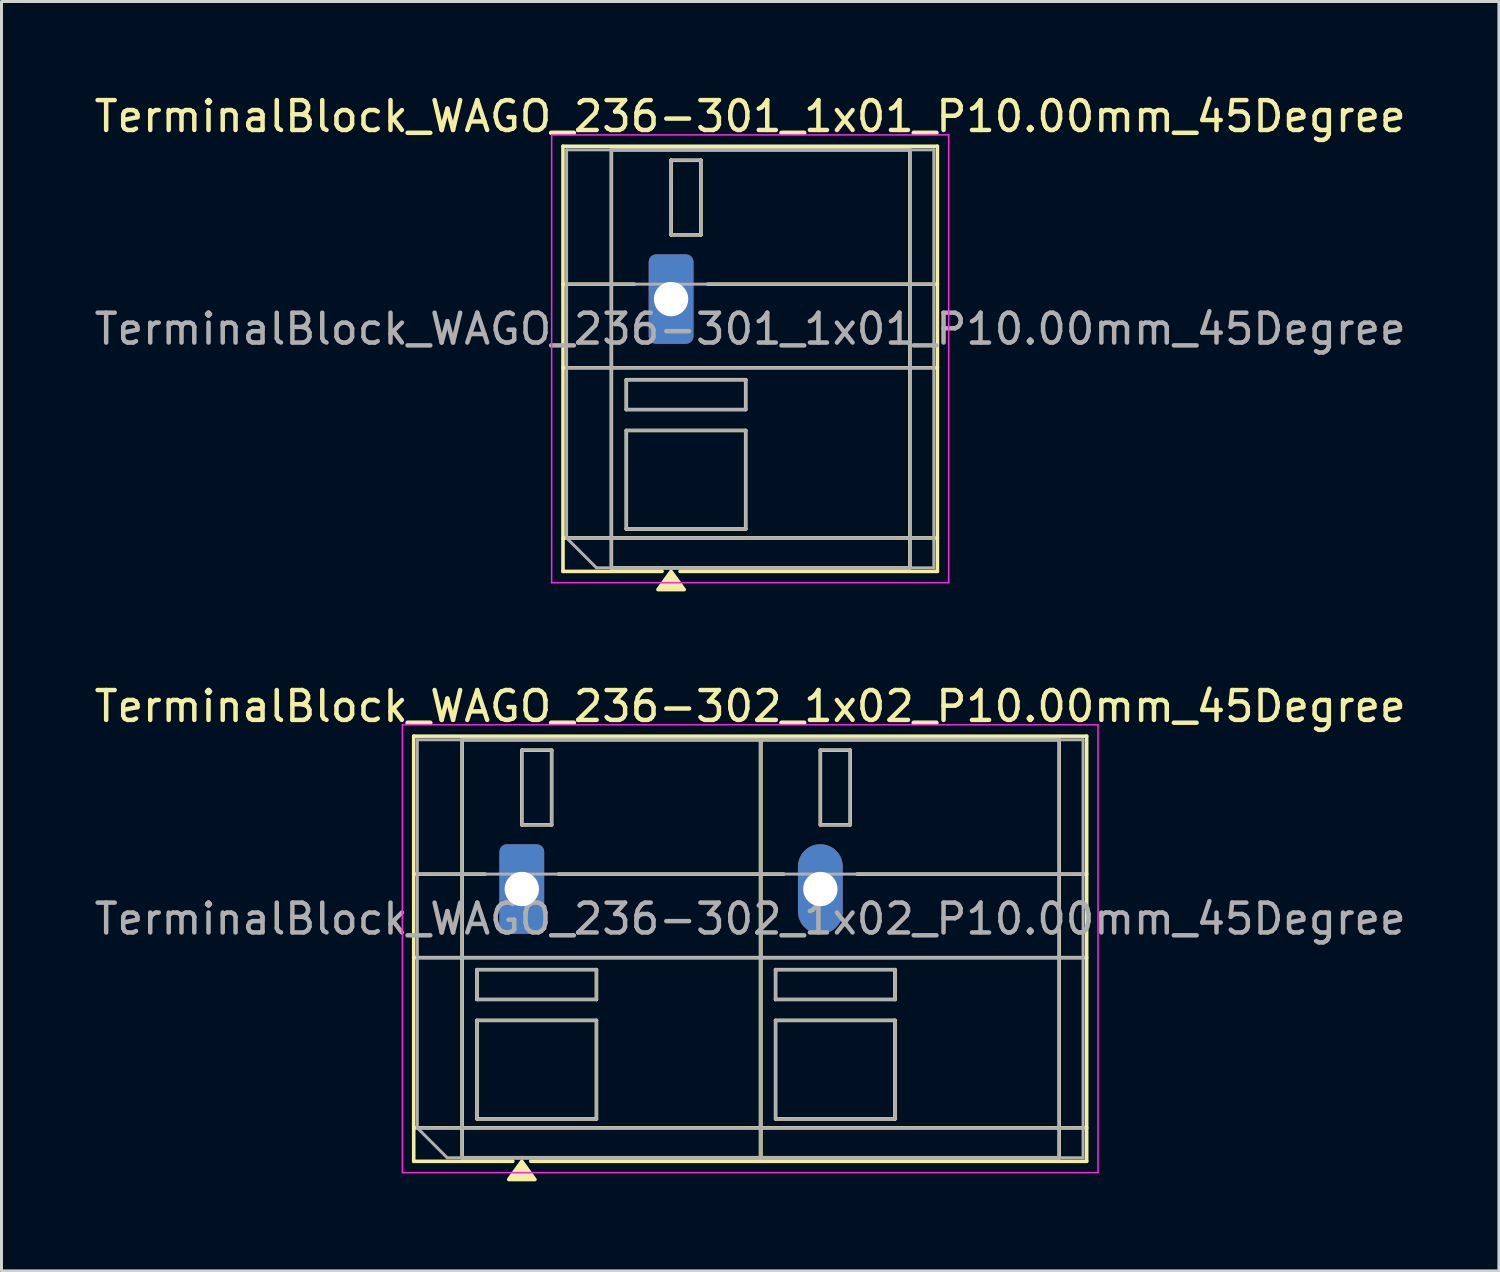
<source format=kicad_pcb>
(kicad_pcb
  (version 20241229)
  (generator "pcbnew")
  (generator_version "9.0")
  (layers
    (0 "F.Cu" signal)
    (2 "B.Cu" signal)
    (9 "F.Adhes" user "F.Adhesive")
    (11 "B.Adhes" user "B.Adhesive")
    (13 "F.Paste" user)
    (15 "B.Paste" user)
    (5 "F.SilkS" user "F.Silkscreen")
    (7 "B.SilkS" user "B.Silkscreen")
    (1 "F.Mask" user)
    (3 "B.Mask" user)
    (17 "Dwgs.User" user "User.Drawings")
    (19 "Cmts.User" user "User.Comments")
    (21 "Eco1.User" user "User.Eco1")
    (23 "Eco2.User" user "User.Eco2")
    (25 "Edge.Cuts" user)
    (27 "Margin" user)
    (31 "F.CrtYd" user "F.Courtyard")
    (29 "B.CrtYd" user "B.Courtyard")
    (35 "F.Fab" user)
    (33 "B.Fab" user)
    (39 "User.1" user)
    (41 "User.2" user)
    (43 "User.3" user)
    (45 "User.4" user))
  (footprint "TerminalBlock_WAGO_236-301_1x01_P10.00mm_45Degree"
    (layer "F.Cu")
    (at 19.427 6.968)
    (property "Reference" "TerminalBlock_WAGO_236-301_1x01_P10.00mm_45Degree" (at 2.65 -6.12 0) (layer "F.SilkS") (effects (font (size 1 1) (thickness 0.15))))
    (attr through_hole)
    (fp_line (start -3.62 -5.12) (end -3.62 9.12) (stroke (width 0.12) (type solid)) (layer "F.SilkS"))
    (fp_line (start -3.62 -5.12) (end 8.92 -5.12) (stroke (width 0.12) (type solid)) (layer "F.SilkS"))
    (fp_line (start -3.62 -0.5) (end -1.23 -0.5) (stroke (width 0.12) (type solid)) (layer "F.SilkS"))
    (fp_line (start -3.62 2.3) (end 8.92 2.3) (stroke (width 0.12) (type solid)) (layer "F.SilkS"))
    (fp_line (start -3.62 8) (end 8.92 8) (stroke (width 0.12) (type solid)) (layer "F.SilkS"))
    (fp_line (start -3.62 9.12) (end -0.3 9.12) (stroke (width 0.12) (type solid)) (layer "F.SilkS"))
    (fp_line (start -2 -5) (end -2 9) (stroke (width 0.12) (type solid)) (layer "F.SilkS"))
    (fp_line (start -2 -5) (end 8 -5) (stroke (width 0.12) (type solid)) (layer "F.SilkS"))
    (fp_line (start -2 9) (end 8 9) (stroke (width 0.12) (type solid)) (layer "F.SilkS"))
    (fp_line (start -1.5 2.7) (end -1.5 3.7) (stroke (width 0.12) (type solid)) (layer "F.SilkS"))
    (fp_line (start -1.5 2.7) (end 2.5 2.7) (stroke (width 0.12) (type solid)) (layer "F.SilkS"))
    (fp_line (start -1.5 3.7) (end 2.5 3.7) (stroke (width 0.12) (type solid)) (layer "F.SilkS"))
    (fp_line (start -1.5 4.4) (end -1.5 7.7) (stroke (width 0.12) (type solid)) (layer "F.SilkS"))
    (fp_line (start -1.5 4.4) (end 2.5 4.4) (stroke (width 0.12) (type solid)) (layer "F.SilkS"))
    (fp_line (start -1.5 7.7) (end 2.5 7.7) (stroke (width 0.12) (type solid)) (layer "F.SilkS"))
    (fp_line (start 0 -4.65) (end 0 -2.15) (stroke (width 0.12) (type solid)) (layer "F.SilkS"))
    (fp_line (start 0 -4.65) (end 1 -4.65) (stroke (width 0.12) (type solid)) (layer "F.SilkS"))
    (fp_line (start 0 -2.15) (end 1 -2.15) (stroke (width 0.12) (type solid)) (layer "F.SilkS"))
    (fp_line (start 0.3 9.12) (end 8.92 9.12) (stroke (width 0.12) (type solid)) (layer "F.SilkS"))
    (fp_line (start 1 -4.65) (end 1 -2.15) (stroke (width 0.12) (type solid)) (layer "F.SilkS"))
    (fp_line (start 1.23 -0.5) (end 8.92 -0.5) (stroke (width 0.12) (type solid)) (layer "F.SilkS"))
    (fp_line (start 2.5 2.7) (end 2.5 3.7) (stroke (width 0.12) (type solid)) (layer "F.SilkS"))
    (fp_line (start 2.5 4.4) (end 2.5 7.7) (stroke (width 0.12) (type solid)) (layer "F.SilkS"))
    (fp_line (start 8 -5) (end 8 9) (stroke (width 0.12) (type solid)) (layer "F.SilkS"))
    (fp_line (start 8.92 -5.12) (end 8.92 9.12) (stroke (width 0.12) (type solid)) (layer "F.SilkS"))
    (fp_poly (pts (xy 0 9.12) (xy 0.44 9.73) (xy -0.44 9.73)) (stroke (width 0.12) (type solid)) (fill yes) (layer "F.SilkS"))
    (fp_line (start -4 -5.5) (end -4 9.5) (stroke (width 0.05) (type solid)) (layer "F.CrtYd"))
    (fp_line (start -4 9.5) (end 9.3 9.5) (stroke (width 0.05) (type solid)) (layer "F.CrtYd"))
    (fp_line (start 9.3 -5.5) (end -4 -5.5) (stroke (width 0.05) (type solid)) (layer "F.CrtYd"))
    (fp_line (start 9.3 9.5) (end 9.3 -5.5) (stroke (width 0.05) (type solid)) (layer "F.CrtYd"))
    (fp_line (start -3.5 -5) (end 8.8 -5) (stroke (width 0.1) (type solid)) (layer "F.Fab"))
    (fp_line (start -3.5 -0.5) (end 8.8 -0.5) (stroke (width 0.1) (type solid)) (layer "F.Fab"))
    (fp_line (start -3.5 2.3) (end 8.8 2.3) (stroke (width 0.1) (type solid)) (layer "F.Fab"))
    (fp_line (start -3.5 8) (end -3.5 -5) (stroke (width 0.1) (type solid)) (layer "F.Fab"))
    (fp_line (start -3.5 8) (end 8.8 8) (stroke (width 0.1) (type solid)) (layer "F.Fab"))
    (fp_line (start -2.5 9) (end -3.5 8) (stroke (width 0.1) (type solid)) (layer "F.Fab"))
    (fp_line (start -2 -5) (end -2 9) (stroke (width 0.1) (type solid)) (layer "F.Fab"))
    (fp_line (start -2 9) (end 8 9) (stroke (width 0.1) (type solid)) (layer "F.Fab"))
    (fp_line (start -1.5 2.7) (end -1.5 3.7) (stroke (width 0.1) (type solid)) (layer "F.Fab"))
    (fp_line (start -1.5 3.7) (end 2.5 3.7) (stroke (width 0.1) (type solid)) (layer "F.Fab"))
    (fp_line (start -1.5 4.4) (end -1.5 7.7) (stroke (width 0.1) (type solid)) (layer "F.Fab"))
    (fp_line (start -1.5 7.7) (end 2.5 7.7) (stroke (width 0.1) (type solid)) (layer "F.Fab"))
    (fp_line (start 0 -4.65) (end 0 -2.15) (stroke (width 0.1) (type solid)) (layer "F.Fab"))
    (fp_line (start 0 -2.15) (end 1 -2.15) (stroke (width 0.1) (type solid)) (layer "F.Fab"))
    (fp_line (start 1 -4.65) (end 0 -4.65) (stroke (width 0.1) (type solid)) (layer "F.Fab"))
    (fp_line (start 1 -2.15) (end 1 -4.65) (stroke (width 0.1) (type solid)) (layer "F.Fab"))
    (fp_line (start 2.5 2.7) (end -1.5 2.7) (stroke (width 0.1) (type solid)) (layer "F.Fab"))
    (fp_line (start 2.5 3.7) (end 2.5 2.7) (stroke (width 0.1) (type solid)) (layer "F.Fab"))
    (fp_line (start 2.5 4.4) (end -1.5 4.4) (stroke (width 0.1) (type solid)) (layer "F.Fab"))
    (fp_line (start 2.5 7.7) (end 2.5 4.4) (stroke (width 0.1) (type solid)) (layer "F.Fab"))
    (fp_line (start 8 -5) (end -2 -5) (stroke (width 0.1) (type solid)) (layer "F.Fab"))
    (fp_line (start 8 9) (end 8 -5) (stroke (width 0.1) (type solid)) (layer "F.Fab"))
    (fp_line (start 8.8 -5) (end 8.8 9) (stroke (width 0.1) (type solid)) (layer "F.Fab"))
    (fp_line (start 8.8 9) (end -2.5 9) (stroke (width 0.1) (type solid)) (layer "F.Fab"))
    (fp_text user "${REFERENCE}" (at 2.65 1 0) (layer "F.Fab") (effects (font (size 1 1) (thickness 0.15))))
    (pad "1" thru_hole roundrect (at 0 0) (size 1.5 3) (drill 1.15) (layers "*.Cu" "*.Mask") (roundrect_rratio 0.167)))
  (footprint "TerminalBlock_WAGO_236-302_1x02_P10.00mm_45Degree"
    (layer "F.Cu")
    (at 14.427 26.727)
    (property "Reference" "TerminalBlock_WAGO_236-302_1x02_P10.00mm_45Degree" (at 7.65 -6.12 0) (layer "F.SilkS") (effects (font (size 1 1) (thickness 0.15))))
    (attr through_hole)
    (fp_line (start -3.62 -5.12) (end -3.62 9.12) (stroke (width 0.12) (type solid)) (layer "F.SilkS"))
    (fp_line (start -3.62 -5.12) (end 18.92 -5.12) (stroke (width 0.12) (type solid)) (layer "F.SilkS"))
    (fp_line (start -3.62 -0.5) (end -1.23 -0.5) (stroke (width 0.12) (type solid)) (layer "F.SilkS"))
    (fp_line (start -3.62 2.3) (end 18.92 2.3) (stroke (width 0.12) (type solid)) (layer "F.SilkS"))
    (fp_line (start -3.62 8) (end 18.92 8) (stroke (width 0.12) (type solid)) (layer "F.SilkS"))
    (fp_line (start -3.62 9.12) (end -0.3 9.12) (stroke (width 0.12) (type solid)) (layer "F.SilkS"))
    (fp_line (start -2 -5) (end -2 9) (stroke (width 0.12) (type solid)) (layer "F.SilkS"))
    (fp_line (start -2 -5) (end 8 -5) (stroke (width 0.12) (type solid)) (layer "F.SilkS"))
    (fp_line (start -2 9) (end 8 9) (stroke (width 0.12) (type solid)) (layer "F.SilkS"))
    (fp_line (start -1.5 2.7) (end -1.5 3.7) (stroke (width 0.12) (type solid)) (layer "F.SilkS"))
    (fp_line (start -1.5 2.7) (end 2.5 2.7) (stroke (width 0.12) (type solid)) (layer "F.SilkS"))
    (fp_line (start -1.5 3.7) (end 2.5 3.7) (stroke (width 0.12) (type solid)) (layer "F.SilkS"))
    (fp_line (start -1.5 4.4) (end -1.5 7.7) (stroke (width 0.12) (type solid)) (layer "F.SilkS"))
    (fp_line (start -1.5 4.4) (end 2.5 4.4) (stroke (width 0.12) (type solid)) (layer "F.SilkS"))
    (fp_line (start -1.5 7.7) (end 2.5 7.7) (stroke (width 0.12) (type solid)) (layer "F.SilkS"))
    (fp_line (start 0 -4.65) (end 0 -2.15) (stroke (width 0.12) (type solid)) (layer "F.SilkS"))
    (fp_line (start 0 -4.65) (end 1 -4.65) (stroke (width 0.12) (type solid)) (layer "F.SilkS"))
    (fp_line (start 0 -2.15) (end 1 -2.15) (stroke (width 0.12) (type solid)) (layer "F.SilkS"))
    (fp_line (start 0.3 9.12) (end 18.92 9.12) (stroke (width 0.12) (type solid)) (layer "F.SilkS"))
    (fp_line (start 1 -4.65) (end 1 -2.15) (stroke (width 0.12) (type solid)) (layer "F.SilkS"))
    (fp_line (start 1.23 -0.5) (end 8.77 -0.5) (stroke (width 0.12) (type solid)) (layer "F.SilkS"))
    (fp_line (start 2.5 2.7) (end 2.5 3.7) (stroke (width 0.12) (type solid)) (layer "F.SilkS"))
    (fp_line (start 2.5 4.4) (end 2.5 7.7) (stroke (width 0.12) (type solid)) (layer "F.SilkS"))
    (fp_line (start 8 -5) (end 8 9) (stroke (width 0.12) (type solid)) (layer "F.SilkS"))
    (fp_line (start 8 -5) (end 8 9) (stroke (width 0.12) (type solid)) (layer "F.SilkS"))
    (fp_line (start 8 -5) (end 18 -5) (stroke (width 0.12) (type solid)) (layer "F.SilkS"))
    (fp_line (start 8 9) (end 18 9) (stroke (width 0.12) (type solid)) (layer "F.SilkS"))
    (fp_line (start 8.5 2.7) (end 8.5 3.7) (stroke (width 0.12) (type solid)) (layer "F.SilkS"))
    (fp_line (start 8.5 2.7) (end 12.5 2.7) (stroke (width 0.12) (type solid)) (layer "F.SilkS"))
    (fp_line (start 8.5 3.7) (end 12.5 3.7) (stroke (width 0.12) (type solid)) (layer "F.SilkS"))
    (fp_line (start 8.5 4.4) (end 8.5 7.7) (stroke (width 0.12) (type solid)) (layer "F.SilkS"))
    (fp_line (start 8.5 4.4) (end 12.5 4.4) (stroke (width 0.12) (type solid)) (layer "F.SilkS"))
    (fp_line (start 8.5 7.7) (end 12.5 7.7) (stroke (width 0.12) (type solid)) (layer "F.SilkS"))
    (fp_line (start 10 -4.65) (end 10 -2.15) (stroke (width 0.12) (type solid)) (layer "F.SilkS"))
    (fp_line (start 10 -4.65) (end 11 -4.65) (stroke (width 0.12) (type solid)) (layer "F.SilkS"))
    (fp_line (start 10 -2.15) (end 11 -2.15) (stroke (width 0.12) (type solid)) (layer "F.SilkS"))
    (fp_line (start 11 -4.65) (end 11 -2.15) (stroke (width 0.12) (type solid)) (layer "F.SilkS"))
    (fp_line (start 11.23 -0.5) (end 18.92 -0.5) (stroke (width 0.12) (type solid)) (layer "F.SilkS"))
    (fp_line (start 12.5 2.7) (end 12.5 3.7) (stroke (width 0.12) (type solid)) (layer "F.SilkS"))
    (fp_line (start 12.5 4.4) (end 12.5 7.7) (stroke (width 0.12) (type solid)) (layer "F.SilkS"))
    (fp_line (start 18 -5) (end 18 9) (stroke (width 0.12) (type solid)) (layer "F.SilkS"))
    (fp_line (start 18.92 -5.12) (end 18.92 9.12) (stroke (width 0.12) (type solid)) (layer "F.SilkS"))
    (fp_poly (pts (xy 0 9.12) (xy 0.44 9.73) (xy -0.44 9.73)) (stroke (width 0.12) (type solid)) (fill yes) (layer "F.SilkS"))
    (fp_line (start -4 -5.5) (end -4 9.5) (stroke (width 0.05) (type solid)) (layer "F.CrtYd"))
    (fp_line (start -4 9.5) (end 19.3 9.5) (stroke (width 0.05) (type solid)) (layer "F.CrtYd"))
    (fp_line (start 19.3 -5.5) (end -4 -5.5) (stroke (width 0.05) (type solid)) (layer "F.CrtYd"))
    (fp_line (start 19.3 9.5) (end 19.3 -5.5) (stroke (width 0.05) (type solid)) (layer "F.CrtYd"))
    (fp_line (start -3.5 -5) (end 18.8 -5) (stroke (width 0.1) (type solid)) (layer "F.Fab"))
    (fp_line (start -3.5 -0.5) (end 18.8 -0.5) (stroke (width 0.1) (type solid)) (layer "F.Fab"))
    (fp_line (start -3.5 2.3) (end 18.8 2.3) (stroke (width 0.1) (type solid)) (layer "F.Fab"))
    (fp_line (start -3.5 8) (end -3.5 -5) (stroke (width 0.1) (type solid)) (layer "F.Fab"))
    (fp_line (start -3.5 8) (end 18.8 8) (stroke (width 0.1) (type solid)) (layer "F.Fab"))
    (fp_line (start -2.5 9) (end -3.5 8) (stroke (width 0.1) (type solid)) (layer "F.Fab"))
    (fp_line (start -2 -5) (end -2 9) (stroke (width 0.1) (type solid)) (layer "F.Fab"))
    (fp_line (start -2 9) (end 8 9) (stroke (width 0.1) (type solid)) (layer "F.Fab"))
    (fp_line (start -1.5 2.7) (end -1.5 3.7) (stroke (width 0.1) (type solid)) (layer "F.Fab"))
    (fp_line (start -1.5 3.7) (end 2.5 3.7) (stroke (width 0.1) (type solid)) (layer "F.Fab"))
    (fp_line (start -1.5 4.4) (end -1.5 7.7) (stroke (width 0.1) (type solid)) (layer "F.Fab"))
    (fp_line (start -1.5 7.7) (end 2.5 7.7) (stroke (width 0.1) (type solid)) (layer "F.Fab"))
    (fp_line (start 0 -4.65) (end 0 -2.15) (stroke (width 0.1) (type solid)) (layer "F.Fab"))
    (fp_line (start 0 -2.15) (end 1 -2.15) (stroke (width 0.1) (type solid)) (layer "F.Fab"))
    (fp_line (start 1 -4.65) (end 0 -4.65) (stroke (width 0.1) (type solid)) (layer "F.Fab"))
    (fp_line (start 1 -2.15) (end 1 -4.65) (stroke (width 0.1) (type solid)) (layer "F.Fab"))
    (fp_line (start 2.5 2.7) (end -1.5 2.7) (stroke (width 0.1) (type solid)) (layer "F.Fab"))
    (fp_line (start 2.5 3.7) (end 2.5 2.7) (stroke (width 0.1) (type solid)) (layer "F.Fab"))
    (fp_line (start 2.5 4.4) (end -1.5 4.4) (stroke (width 0.1) (type solid)) (layer "F.Fab"))
    (fp_line (start 2.5 7.7) (end 2.5 4.4) (stroke (width 0.1) (type solid)) (layer "F.Fab"))
    (fp_line (start 8 -5) (end -2 -5) (stroke (width 0.1) (type solid)) (layer "F.Fab"))
    (fp_line (start 8 -5) (end 8 9) (stroke (width 0.1) (type solid)) (layer "F.Fab"))
    (fp_line (start 8 9) (end 8 -5) (stroke (width 0.1) (type solid)) (layer "F.Fab"))
    (fp_line (start 8 9) (end 18 9) (stroke (width 0.1) (type solid)) (layer "F.Fab"))
    (fp_line (start 8.5 2.7) (end 8.5 3.7) (stroke (width 0.1) (type solid)) (layer "F.Fab"))
    (fp_line (start 8.5 3.7) (end 12.5 3.7) (stroke (width 0.1) (type solid)) (layer "F.Fab"))
    (fp_line (start 8.5 4.4) (end 8.5 7.7) (stroke (width 0.1) (type solid)) (layer "F.Fab"))
    (fp_line (start 8.5 7.7) (end 12.5 7.7) (stroke (width 0.1) (type solid)) (layer "F.Fab"))
    (fp_line (start 10 -4.65) (end 10 -2.15) (stroke (width 0.1) (type solid)) (layer "F.Fab"))
    (fp_line (start 10 -2.15) (end 11 -2.15) (stroke (width 0.1) (type solid)) (layer "F.Fab"))
    (fp_line (start 11 -4.65) (end 10 -4.65) (stroke (width 0.1) (type solid)) (layer "F.Fab"))
    (fp_line (start 11 -2.15) (end 11 -4.65) (stroke (width 0.1) (type solid)) (layer "F.Fab"))
    (fp_line (start 12.5 2.7) (end 8.5 2.7) (stroke (width 0.1) (type solid)) (layer "F.Fab"))
    (fp_line (start 12.5 3.7) (end 12.5 2.7) (stroke (width 0.1) (type solid)) (layer "F.Fab"))
    (fp_line (start 12.5 4.4) (end 8.5 4.4) (stroke (width 0.1) (type solid)) (layer "F.Fab"))
    (fp_line (start 12.5 7.7) (end 12.5 4.4) (stroke (width 0.1) (type solid)) (layer "F.Fab"))
    (fp_line (start 18 -5) (end 8 -5) (stroke (width 0.1) (type solid)) (layer "F.Fab"))
    (fp_line (start 18 9) (end 18 -5) (stroke (width 0.1) (type solid)) (layer "F.Fab"))
    (fp_line (start 18.8 -5) (end 18.8 9) (stroke (width 0.1) (type solid)) (layer "F.Fab"))
    (fp_line (start 18.8 9) (end -2.5 9) (stroke (width 0.1) (type solid)) (layer "F.Fab"))
    (fp_text user "${REFERENCE}" (at 7.65 1 0) (layer "F.Fab") (effects (font (size 1 1) (thickness 0.15))))
    (pad "1" thru_hole roundrect (at 0 0) (size 1.5 3) (drill 1.15) (layers "*.Cu" "*.Mask") (roundrect_rratio 0.167))
    (pad "2" thru_hole oval (at 10 0) (size 1.5 3) (drill 1.15) (layers "*.Cu" "*.Mask")))
  (gr_rect
    (start -3 -3)
    (end 47.155 39.517)
    (stroke (width 0.1) (type default))
    (fill no)
    (layer "Edge.Cuts")))
</source>
